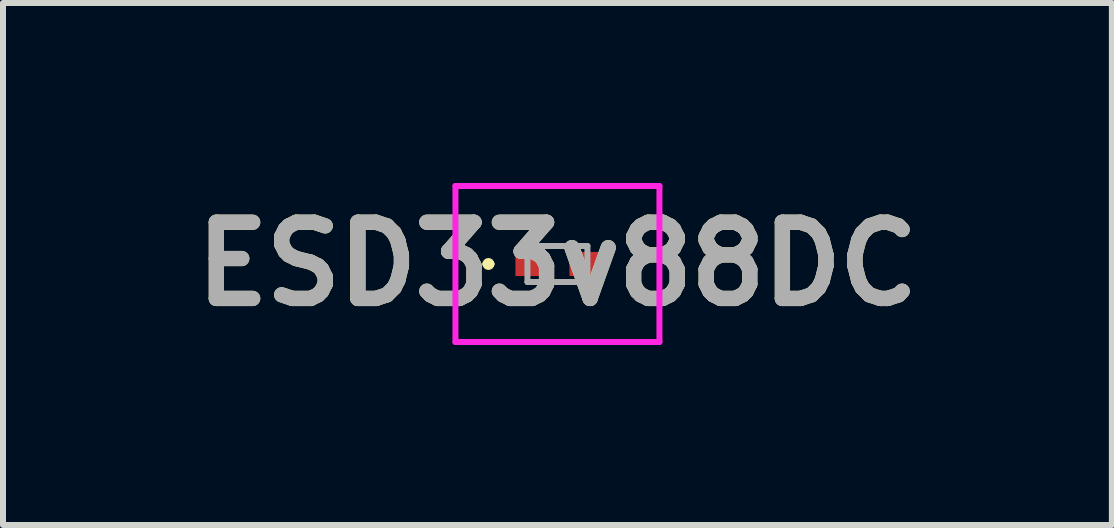
<source format=kicad_pcb>
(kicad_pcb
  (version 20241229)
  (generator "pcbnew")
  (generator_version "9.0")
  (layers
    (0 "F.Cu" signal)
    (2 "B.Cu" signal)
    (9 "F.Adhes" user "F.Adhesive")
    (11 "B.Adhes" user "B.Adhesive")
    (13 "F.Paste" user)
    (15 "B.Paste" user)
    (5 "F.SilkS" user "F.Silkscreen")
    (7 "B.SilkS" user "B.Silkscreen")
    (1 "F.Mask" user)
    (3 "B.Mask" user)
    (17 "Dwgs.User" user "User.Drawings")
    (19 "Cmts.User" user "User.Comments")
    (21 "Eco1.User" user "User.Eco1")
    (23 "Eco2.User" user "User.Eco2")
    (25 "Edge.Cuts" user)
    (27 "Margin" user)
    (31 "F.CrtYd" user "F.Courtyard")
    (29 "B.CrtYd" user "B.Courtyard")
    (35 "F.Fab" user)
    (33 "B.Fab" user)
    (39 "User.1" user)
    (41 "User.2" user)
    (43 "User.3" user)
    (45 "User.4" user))
  (footprint "ESD33v88DC"
    (layer "F.Cu")
    (at 6.241 1.35)
    (property "Reference" "ESD33v88DC" (at 0 0 0) (layer "F.SilkS") (effects (font (size 1.27 1.27) (thickness 0.254))))
    (attr smd)
    (fp_line (start -1.2 0) (end -1.2 0) (stroke (width 0.1) (type solid)) (layer "F.SilkS"))
    (fp_line (start -1.1 0) (end -1.1 0) (stroke (width 0.1) (type solid)) (layer "F.SilkS"))
    (fp_arc (start -1.2 0) (mid -1.15 -0.05) (end -1.1 0) (stroke (width 0.1) (type solid)) (layer "F.SilkS"))
    (fp_arc (start -1.1 0) (mid -1.15 0.05) (end -1.2 0) (stroke (width 0.1) (type solid)) (layer "F.SilkS"))
    (fp_line (start -1.7 -1.3) (end 1.7 -1.3) (stroke (width 0.1) (type solid)) (layer "F.CrtYd"))
    (fp_line (start -1.7 1.3) (end -1.7 -1.3) (stroke (width 0.1) (type solid)) (layer "F.CrtYd"))
    (fp_line (start 1.7 -1.3) (end 1.7 1.3) (stroke (width 0.1) (type solid)) (layer "F.CrtYd"))
    (fp_line (start 1.7 1.3) (end -1.7 1.3) (stroke (width 0.1) (type solid)) (layer "F.CrtYd"))
    (fp_line (start -0.5 -0.3) (end 0.5 -0.3) (stroke (width 0.1) (type solid)) (layer "F.Fab"))
    (fp_line (start -0.5 0.3) (end -0.5 -0.3) (stroke (width 0.1) (type solid)) (layer "F.Fab"))
    (fp_line (start 0.5 -0.3) (end 0.5 0.3) (stroke (width 0.1) (type solid)) (layer "F.Fab"))
    (fp_line (start 0.5 0.3) (end -0.5 0.3) (stroke (width 0.1) (type solid)) (layer "F.Fab"))
    (fp_text user "${REFERENCE}" (at 0 0 0) (layer "F.Fab") (effects (font (size 1.27 1.27) (thickness 0.254))))
    (pad "1" smd rect (at -0.45 0 90) (size 0.4 0.5) (layers "F.Cu" "F.Mask" "F.Paste"))
    (pad "2" smd rect (at 0.45 0 90) (size 0.4 0.5) (layers "F.Cu" "F.Mask" "F.Paste")))
  (gr_rect
    (start -3 -3)
    (end 15.482 5.7)
    (stroke (width 0.1) (type default))
    (fill no)
    (layer "Edge.Cuts")))
</source>
